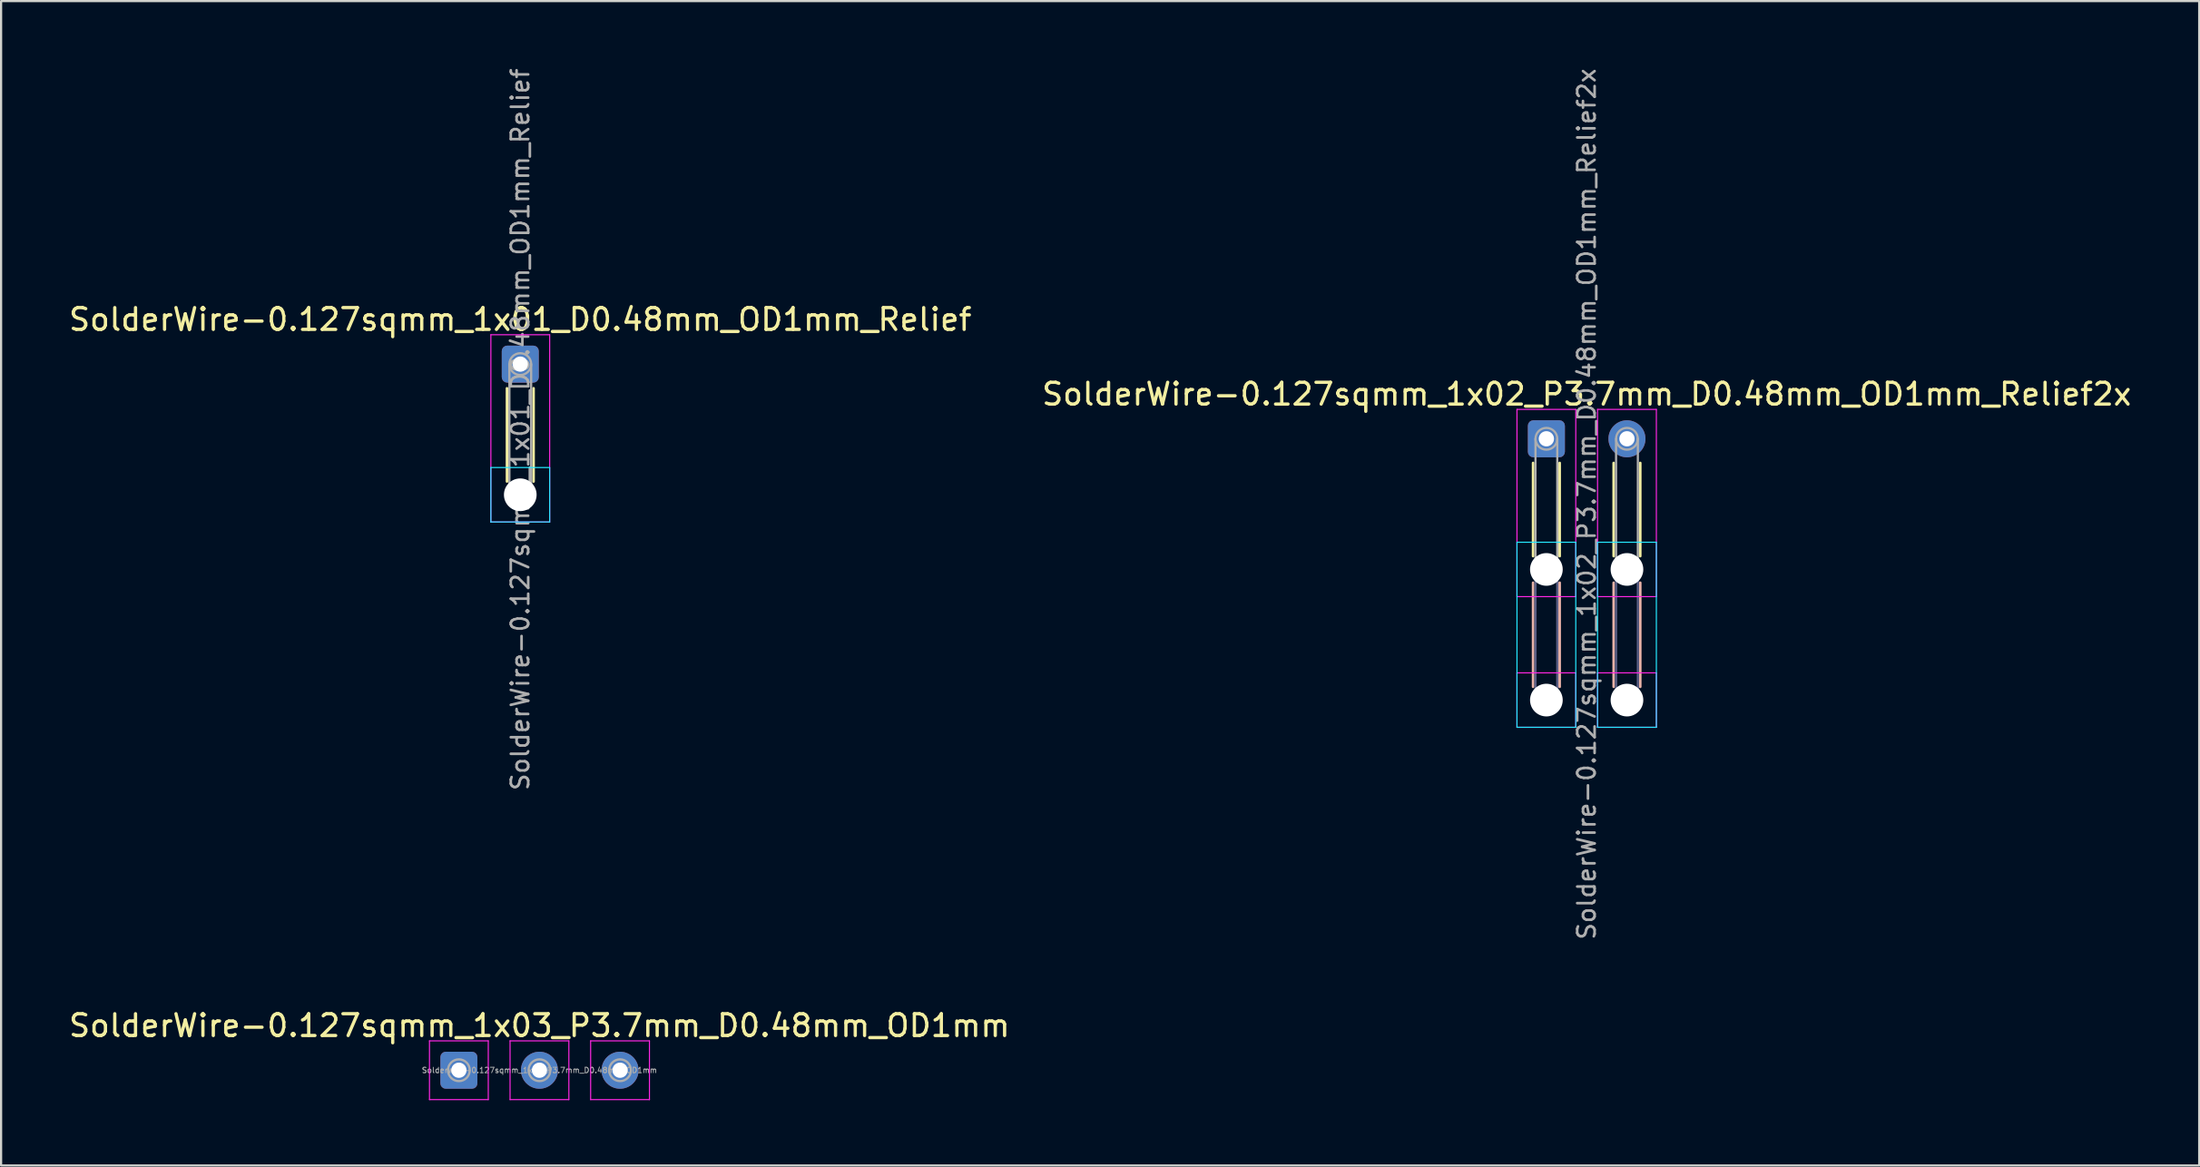
<source format=kicad_pcb>
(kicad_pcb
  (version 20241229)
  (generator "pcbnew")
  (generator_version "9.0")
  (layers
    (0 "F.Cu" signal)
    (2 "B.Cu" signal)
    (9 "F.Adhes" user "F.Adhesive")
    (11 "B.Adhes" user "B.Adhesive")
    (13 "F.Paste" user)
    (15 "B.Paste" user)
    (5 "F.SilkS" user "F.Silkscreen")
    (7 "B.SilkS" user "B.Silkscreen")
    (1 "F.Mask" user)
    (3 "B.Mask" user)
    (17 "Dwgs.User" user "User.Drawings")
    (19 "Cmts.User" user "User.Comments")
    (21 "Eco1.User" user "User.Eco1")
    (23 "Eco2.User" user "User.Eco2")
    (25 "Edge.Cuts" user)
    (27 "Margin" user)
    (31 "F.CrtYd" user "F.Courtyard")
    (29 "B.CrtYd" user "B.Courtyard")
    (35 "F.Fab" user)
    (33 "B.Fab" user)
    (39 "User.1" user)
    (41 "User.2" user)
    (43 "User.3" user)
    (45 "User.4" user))
  (footprint "SolderWire-0.127sqmm_1x03_P3.7mm_D0.48mm_OD1mm"
    (layer "F.Cu")
    (at 18.02 46.098)
    (property "Reference" "SolderWire-0.127sqmm_1x03_P3.7mm_D0.48mm_OD1mm" (at 3.7 -2.05 0) (layer "F.SilkS") (effects (font (size 1 1) (thickness 0.15))))
    (attr exclude_from_pos_files exclude_from_bom)
    (fp_line (start -1.35 -1.35) (end -1.35 1.35) (stroke (width 0.05) (type solid)) (layer "F.CrtYd"))
    (fp_line (start -1.35 1.35) (end 1.35 1.35) (stroke (width 0.05) (type solid)) (layer "F.CrtYd"))
    (fp_line (start 1.35 -1.35) (end -1.35 -1.35) (stroke (width 0.05) (type solid)) (layer "F.CrtYd"))
    (fp_line (start 1.35 1.35) (end 1.35 -1.35) (stroke (width 0.05) (type solid)) (layer "F.CrtYd"))
    (fp_line (start 2.35 -1.35) (end 2.35 1.35) (stroke (width 0.05) (type solid)) (layer "F.CrtYd"))
    (fp_line (start 2.35 1.35) (end 5.05 1.35) (stroke (width 0.05) (type solid)) (layer "F.CrtYd"))
    (fp_line (start 5.05 -1.35) (end 2.35 -1.35) (stroke (width 0.05) (type solid)) (layer "F.CrtYd"))
    (fp_line (start 5.05 1.35) (end 5.05 -1.35) (stroke (width 0.05) (type solid)) (layer "F.CrtYd"))
    (fp_line (start 6.05 -1.35) (end 6.05 1.35) (stroke (width 0.05) (type solid)) (layer "F.CrtYd"))
    (fp_line (start 6.05 1.35) (end 8.75 1.35) (stroke (width 0.05) (type solid)) (layer "F.CrtYd"))
    (fp_line (start 8.75 -1.35) (end 6.05 -1.35) (stroke (width 0.05) (type solid)) (layer "F.CrtYd"))
    (fp_line (start 8.75 1.35) (end 8.75 -1.35) (stroke (width 0.05) (type solid)) (layer "F.CrtYd"))
    (fp_circle (center 0 0) (end 0.5 0) (stroke (width 0.1) (type solid)) (fill no) (layer "F.Fab"))
    (fp_circle (center 3.7 0) (end 4.2 0) (stroke (width 0.1) (type solid)) (fill no) (layer "F.Fab"))
    (fp_circle (center 7.4 0) (end 7.9 0) (stroke (width 0.1) (type solid)) (fill no) (layer "F.Fab"))
    (fp_text user "${REFERENCE}" (at 3.7 0 0) (layer "F.Fab") (effects (font (size 0.25 0.25) (thickness 0.04))))
    (pad "1" thru_hole roundrect (at 0 0) (size 1.7 1.7) (drill 0.7) (layers "*.Cu" "*.Mask") (roundrect_rratio 0.147))
    (pad "2" thru_hole circle (at 3.7 0) (size 1.7 1.7) (drill 0.7) (layers "*.Cu" "*.Mask"))
    (pad "3" thru_hole circle (at 7.4 0) (size 1.7 1.7) (drill 0.7) (layers "*.Cu" "*.Mask")))
  (footprint "SolderWire-0.127sqmm_1x01_D0.48mm_OD1mm_Relief"
    (layer "F.Cu")
    (at 20.839 13.671)
    (property "Reference" "SolderWire-0.127sqmm_1x01_D0.48mm_OD1mm_Relief" (at 0 -2.05 0) (layer "F.SilkS") (effects (font (size 1 1) (thickness 0.15))))
    (attr exclude_from_pos_files exclude_from_bom)
    (fp_line (start -0.61 1.11) (end -0.61 5.39) (stroke (width 0.12) (type solid)) (layer "F.SilkS"))
    (fp_line (start 0.61 1.11) (end 0.61 5.39) (stroke (width 0.12) (type solid)) (layer "F.SilkS"))
    (fp_line (start -1.35 4.75) (end -1.35 7.25) (stroke (width 0.05) (type solid)) (layer "B.CrtYd"))
    (fp_line (start -1.35 7.25) (end 1.35 7.25) (stroke (width 0.05) (type solid)) (layer "B.CrtYd"))
    (fp_line (start 1.35 4.75) (end -1.35 4.75) (stroke (width 0.05) (type solid)) (layer "B.CrtYd"))
    (fp_line (start 1.35 7.25) (end 1.35 4.75) (stroke (width 0.05) (type solid)) (layer "B.CrtYd"))
    (fp_line (start -1.35 -1.35) (end -1.35 7.25) (stroke (width 0.05) (type solid)) (layer "F.CrtYd"))
    (fp_line (start -1.35 7.25) (end 1.35 7.25) (stroke (width 0.05) (type solid)) (layer "F.CrtYd"))
    (fp_line (start 1.35 -1.35) (end -1.35 -1.35) (stroke (width 0.05) (type solid)) (layer "F.CrtYd"))
    (fp_line (start 1.35 7.25) (end 1.35 -1.35) (stroke (width 0.05) (type solid)) (layer "F.CrtYd"))
    (fp_line (start -0.5 0) (end -0.5 6) (stroke (width 0.1) (type solid)) (layer "F.Fab"))
    (fp_line (start 0.5 0) (end 0.5 6) (stroke (width 0.1) (type solid)) (layer "F.Fab"))
    (fp_circle (center 0 0) (end 0.5 0) (stroke (width 0.1) (type solid)) (fill no) (layer "F.Fab"))
    (fp_circle (center 0 6) (end 0.5 6) (stroke (width 0.1) (type solid)) (fill no) (layer "F.Fab"))
    (fp_text user "${REFERENCE}" (at 0 3 90) (layer "F.Fab") (effects (font (size 0.8 0.8) (thickness 0.12))))
    (pad "" np_thru_hole circle (at 0 6) (size 1.5 1.5) (drill 1.5) (layers "*.Cu" "*.Mask"))
    (pad "1" thru_hole roundrect (at 0 0) (size 1.7 1.7) (drill 0.7) (layers "*.Cu" "*.Mask") (roundrect_rratio 0.147)))
  (footprint "SolderWire-0.127sqmm_1x02_P3.7mm_D0.48mm_OD1mm_Relief2x"
    (layer "F.Cu")
    (at 67.954 17.1)
    (property "Reference" "SolderWire-0.127sqmm_1x02_P3.7mm_D0.48mm_OD1mm_Relief2x" (at 1.85 -2.05 0) (layer "F.SilkS") (effects (font (size 1 1) (thickness 0.15))))
    (attr exclude_from_pos_files exclude_from_bom)
    (fp_line (start -0.61 1.11) (end -0.61 5.39) (stroke (width 0.12) (type solid)) (layer "F.SilkS"))
    (fp_line (start 0.61 1.11) (end 0.61 5.39) (stroke (width 0.12) (type solid)) (layer "F.SilkS"))
    (fp_line (start 3.09 1.11) (end 3.09 5.39) (stroke (width 0.12) (type solid)) (layer "F.SilkS"))
    (fp_line (start 4.31 1.11) (end 4.31 5.39) (stroke (width 0.12) (type solid)) (layer "F.SilkS"))
    (fp_line (start -0.61 6.61) (end -0.61 11.39) (stroke (width 0.12) (type solid)) (layer "B.SilkS"))
    (fp_line (start 0.61 6.61) (end 0.61 11.39) (stroke (width 0.12) (type solid)) (layer "B.SilkS"))
    (fp_line (start 3.09 6.61) (end 3.09 11.39) (stroke (width 0.12) (type solid)) (layer "B.SilkS"))
    (fp_line (start 4.31 6.61) (end 4.31 11.39) (stroke (width 0.12) (type solid)) (layer "B.SilkS"))
    (fp_line (start -1.35 4.75) (end -1.35 13.25) (stroke (width 0.05) (type solid)) (layer "B.CrtYd"))
    (fp_line (start -1.35 13.25) (end 1.35 13.25) (stroke (width 0.05) (type solid)) (layer "B.CrtYd"))
    (fp_line (start 1.35 4.75) (end -1.35 4.75) (stroke (width 0.05) (type solid)) (layer "B.CrtYd"))
    (fp_line (start 1.35 13.25) (end 1.35 4.75) (stroke (width 0.05) (type solid)) (layer "B.CrtYd"))
    (fp_line (start 2.35 4.75) (end 2.35 13.25) (stroke (width 0.05) (type solid)) (layer "B.CrtYd"))
    (fp_line (start 2.35 13.25) (end 5.05 13.25) (stroke (width 0.05) (type solid)) (layer "B.CrtYd"))
    (fp_line (start 5.05 4.75) (end 2.35 4.75) (stroke (width 0.05) (type solid)) (layer "B.CrtYd"))
    (fp_line (start 5.05 13.25) (end 5.05 4.75) (stroke (width 0.05) (type solid)) (layer "B.CrtYd"))
    (fp_line (start -1.35 -1.35) (end -1.35 7.25) (stroke (width 0.05) (type solid)) (layer "F.CrtYd"))
    (fp_line (start -1.35 7.25) (end 1.35 7.25) (stroke (width 0.05) (type solid)) (layer "F.CrtYd"))
    (fp_line (start -1.35 10.75) (end -1.35 13.25) (stroke (width 0.05) (type solid)) (layer "F.CrtYd"))
    (fp_line (start -1.35 13.25) (end 1.35 13.25) (stroke (width 0.05) (type solid)) (layer "F.CrtYd"))
    (fp_line (start 1.35 -1.35) (end -1.35 -1.35) (stroke (width 0.05) (type solid)) (layer "F.CrtYd"))
    (fp_line (start 1.35 7.25) (end 1.35 -1.35) (stroke (width 0.05) (type solid)) (layer "F.CrtYd"))
    (fp_line (start 1.35 10.75) (end -1.35 10.75) (stroke (width 0.05) (type solid)) (layer "F.CrtYd"))
    (fp_line (start 1.35 13.25) (end 1.35 10.75) (stroke (width 0.05) (type solid)) (layer "F.CrtYd"))
    (fp_line (start 2.35 -1.35) (end 2.35 7.25) (stroke (width 0.05) (type solid)) (layer "F.CrtYd"))
    (fp_line (start 2.35 7.25) (end 5.05 7.25) (stroke (width 0.05) (type solid)) (layer "F.CrtYd"))
    (fp_line (start 2.35 10.75) (end 2.35 13.25) (stroke (width 0.05) (type solid)) (layer "F.CrtYd"))
    (fp_line (start 2.35 13.25) (end 5.05 13.25) (stroke (width 0.05) (type solid)) (layer "F.CrtYd"))
    (fp_line (start 5.05 -1.35) (end 2.35 -1.35) (stroke (width 0.05) (type solid)) (layer "F.CrtYd"))
    (fp_line (start 5.05 7.25) (end 5.05 -1.35) (stroke (width 0.05) (type solid)) (layer "F.CrtYd"))
    (fp_line (start 5.05 10.75) (end 2.35 10.75) (stroke (width 0.05) (type solid)) (layer "F.CrtYd"))
    (fp_line (start 5.05 13.25) (end 5.05 10.75) (stroke (width 0.05) (type solid)) (layer "F.CrtYd"))
    (fp_line (start -0.5 6) (end -0.5 12) (stroke (width 0.1) (type solid)) (layer "B.Fab"))
    (fp_line (start 0.5 6) (end 0.5 12) (stroke (width 0.1) (type solid)) (layer "B.Fab"))
    (fp_line (start 3.2 6) (end 3.2 12) (stroke (width 0.1) (type solid)) (layer "B.Fab"))
    (fp_line (start 4.2 6) (end 4.2 12) (stroke (width 0.1) (type solid)) (layer "B.Fab"))
    (fp_circle (center 0 6) (end 0.5 6) (stroke (width 0.1) (type solid)) (fill no) (layer "B.Fab"))
    (fp_circle (center 0 12) (end 0.5 12) (stroke (width 0.1) (type solid)) (fill no) (layer "B.Fab"))
    (fp_circle (center 3.7 6) (end 4.2 6) (stroke (width 0.1) (type solid)) (fill no) (layer "B.Fab"))
    (fp_circle (center 3.7 12) (end 4.2 12) (stroke (width 0.1) (type solid)) (fill no) (layer "B.Fab"))
    (fp_line (start -0.5 0) (end -0.5 6) (stroke (width 0.1) (type solid)) (layer "F.Fab"))
    (fp_line (start 0.5 0) (end 0.5 6) (stroke (width 0.1) (type solid)) (layer "F.Fab"))
    (fp_line (start 3.2 0) (end 3.2 6) (stroke (width 0.1) (type solid)) (layer "F.Fab"))
    (fp_line (start 4.2 0) (end 4.2 6) (stroke (width 0.1) (type solid)) (layer "F.Fab"))
    (fp_circle (center 0 0) (end 0.5 0) (stroke (width 0.1) (type solid)) (fill no) (layer "F.Fab"))
    (fp_circle (center 0 6) (end 0.5 6) (stroke (width 0.1) (type solid)) (fill no) (layer "F.Fab"))
    (fp_circle (center 0 12) (end 0.5 12) (stroke (width 0.1) (type solid)) (fill no) (layer "F.Fab"))
    (fp_circle (center 3.7 0) (end 4.2 0) (stroke (width 0.1) (type solid)) (fill no) (layer "F.Fab"))
    (fp_circle (center 3.7 6) (end 4.2 6) (stroke (width 0.1) (type solid)) (fill no) (layer "F.Fab"))
    (fp_circle (center 3.7 12) (end 4.2 12) (stroke (width 0.1) (type solid)) (fill no) (layer "F.Fab"))
    (fp_text user "${REFERENCE}" (at 1.85 3 90) (layer "F.Fab") (effects (font (size 0.8 0.8) (thickness 0.12))))
    (pad "" np_thru_hole circle (at 0 6) (size 1.5 1.5) (drill 1.5) (layers "*.Cu" "*.Mask"))
    (pad "" np_thru_hole circle (at 0 12) (size 1.5 1.5) (drill 1.5) (layers "*.Cu" "*.Mask"))
    (pad "" np_thru_hole circle (at 3.7 6) (size 1.5 1.5) (drill 1.5) (layers "*.Cu" "*.Mask"))
    (pad "" np_thru_hole circle (at 3.7 12) (size 1.5 1.5) (drill 1.5) (layers "*.Cu" "*.Mask"))
    (pad "1" thru_hole roundrect (at 0 0) (size 1.7 1.7) (drill 0.7) (layers "*.Cu" "*.Mask") (roundrect_rratio 0.147))
    (pad "2" thru_hole circle (at 3.7 0) (size 1.7 1.7) (drill 0.7) (layers "*.Cu" "*.Mask")))
  (gr_rect
    (start -3 -3)
    (end 97.929 50.473)
    (stroke (width 0.1) (type default))
    (fill no)
    (layer "Edge.Cuts")))
</source>
